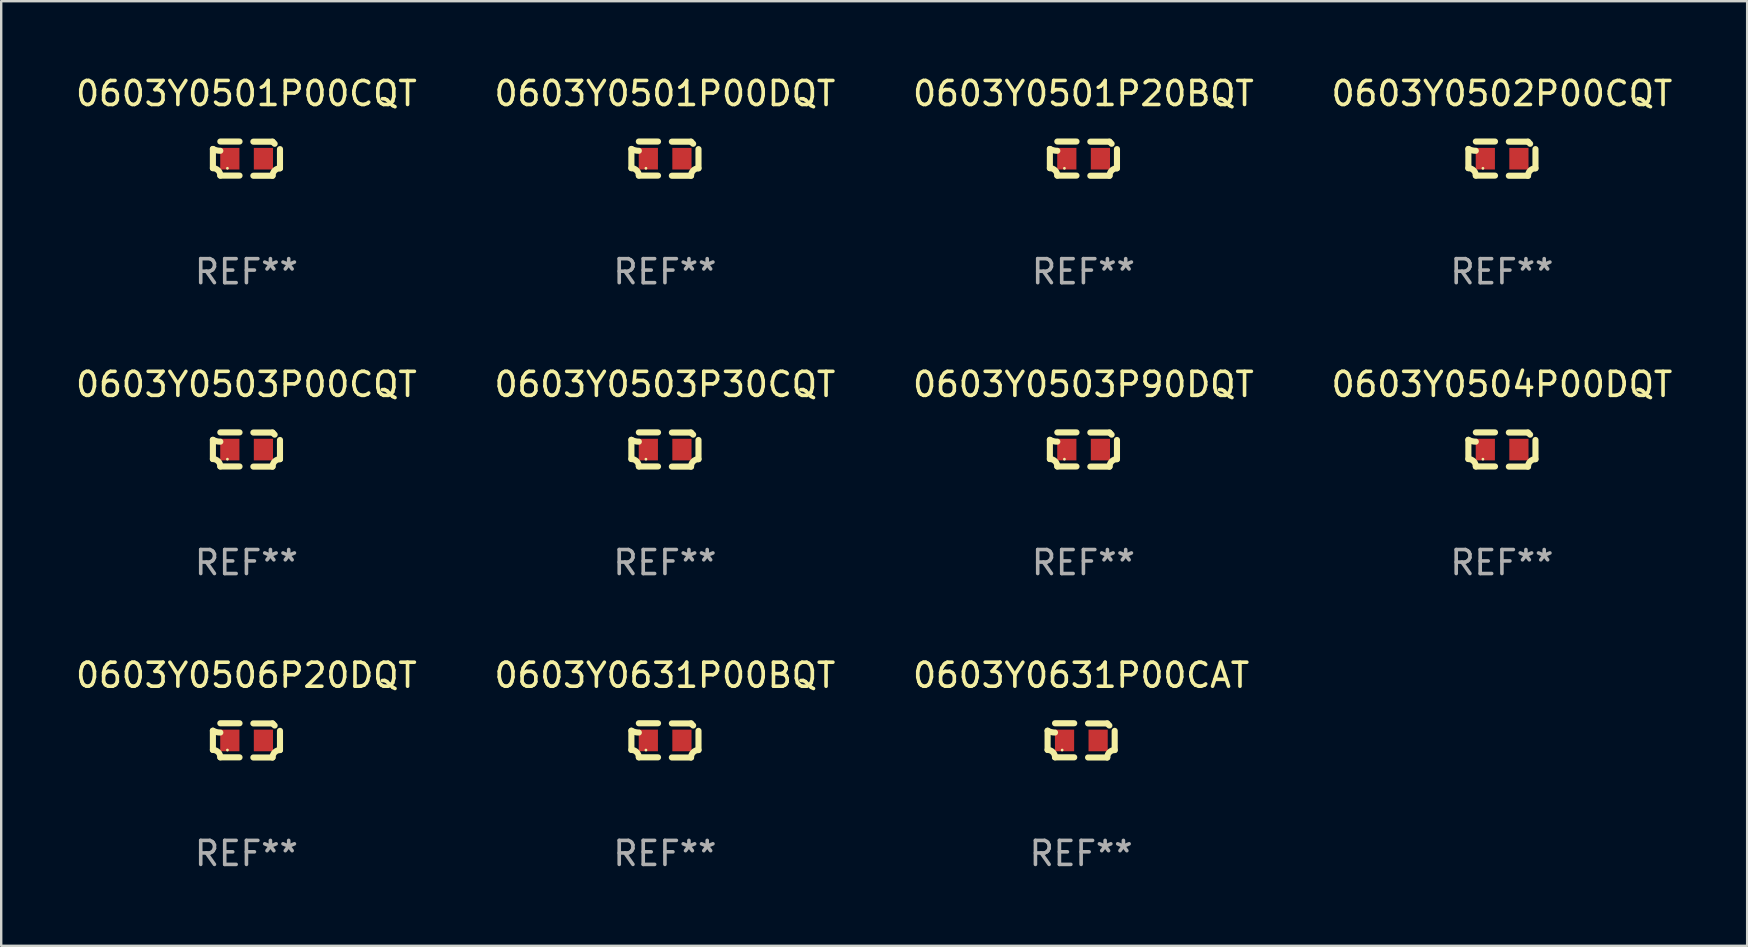
<source format=kicad_pcb>
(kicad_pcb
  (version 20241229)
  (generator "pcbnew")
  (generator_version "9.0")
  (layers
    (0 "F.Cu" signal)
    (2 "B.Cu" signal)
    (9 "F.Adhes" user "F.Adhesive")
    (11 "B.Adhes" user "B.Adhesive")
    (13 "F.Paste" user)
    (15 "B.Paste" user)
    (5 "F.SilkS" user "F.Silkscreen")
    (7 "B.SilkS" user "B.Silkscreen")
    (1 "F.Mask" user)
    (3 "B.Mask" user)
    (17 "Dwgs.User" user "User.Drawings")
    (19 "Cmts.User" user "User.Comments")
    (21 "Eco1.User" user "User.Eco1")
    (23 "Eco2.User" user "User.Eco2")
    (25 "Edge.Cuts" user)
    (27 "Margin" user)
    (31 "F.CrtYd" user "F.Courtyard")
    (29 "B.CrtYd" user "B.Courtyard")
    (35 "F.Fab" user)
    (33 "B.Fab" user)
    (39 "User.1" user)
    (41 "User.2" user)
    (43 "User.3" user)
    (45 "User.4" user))
  (footprint "0603Y0631P00BQT"
    (layer "F.Cu")
    (at 24.661 27.805)
    (property "Reference" "0603Y0631P00BQT" (at 0 -2.713 0) (layer "F.SilkS") (effects (font (size 1 1) (thickness 0.15))))
    (attr through_hole)
    (fp_line (start -1.398 -0.403) (end -1.398 0.397) (stroke (width 0.254) (type solid)) (layer "F.SilkS"))
    (fp_line (start -0.288 -0.713) (end -1.088 -0.713) (stroke (width 0.254) (type solid)) (layer "F.SilkS"))
    (fp_line (start -0.288 0.707) (end -1.088 0.707) (stroke (width 0.254) (type solid)) (layer "F.SilkS"))
    (fp_line (start 0.288 -0.707) (end 1.088 -0.707) (stroke (width 0.254) (type solid)) (layer "F.SilkS"))
    (fp_line (start 0.288 0.713) (end 1.088 0.713) (stroke (width 0.254) (type solid)) (layer "F.SilkS"))
    (fp_line (start 1.398 -0.397) (end 1.398 0.403) (stroke (width 0.254) (type solid)) (layer "F.SilkS"))
    (fp_arc (start -1.397789 0.397066) (mid -1.178701 0.487826) (end -1.08796 0.706922) (stroke (width 0.254001) (type solid)) (layer "F.SilkS"))
    (fp_arc (start -1.08796 -0.327176) (mid -1.247436 -0.346384) (end -1.39779 -0.402908) (stroke (width 0.254001) (type solid)) (layer "F.SilkS"))
    (fp_arc (start 1.087909 0.712738) (mid 1.178656 0.493655) (end 1.397739 0.402908) (stroke (width 0.254001) (type solid)) (layer "F.SilkS"))
    (fp_arc (start 1.175925 -0.618926) (mid 1.131917 -0.662923) (end 1.08791 -0.706922) (stroke (width 0.254001) (type solid)) (layer "F.SilkS"))
    (fp_circle (center -0.792 0.403) (end -0.762 0.403) (stroke (width 0.06) (type solid)) (fill no) (layer "F.SilkS"))
    (fp_text user "REF**" (at 0 4.713 0) (layer "F.Fab") (effects (font (size 1 1) (thickness 0.15))))
    (pad "1" smd rect (at -0.692 0.003) (size 0.8 0.9) (layers "F.Cu" "F.Mask" "F.Paste"))
    (pad "2" smd rect (at 0.708 0.003) (size 0.8 0.9) (layers "F.Cu" "F.Mask" "F.Paste")))
  (footprint "0603Y0506P20DQT"
    (layer "F.Cu")
    (at 7.22 27.805)
    (property "Reference" "0603Y0506P20DQT" (at 0 -2.713 0) (layer "F.SilkS") (effects (font (size 1 1) (thickness 0.15))))
    (attr through_hole)
    (fp_line (start -1.398 -0.403) (end -1.398 0.397) (stroke (width 0.254) (type solid)) (layer "F.SilkS"))
    (fp_line (start -0.288 -0.713) (end -1.088 -0.713) (stroke (width 0.254) (type solid)) (layer "F.SilkS"))
    (fp_line (start -0.288 0.707) (end -1.088 0.707) (stroke (width 0.254) (type solid)) (layer "F.SilkS"))
    (fp_line (start 0.288 -0.707) (end 1.088 -0.707) (stroke (width 0.254) (type solid)) (layer "F.SilkS"))
    (fp_line (start 0.288 0.713) (end 1.088 0.713) (stroke (width 0.254) (type solid)) (layer "F.SilkS"))
    (fp_line (start 1.398 -0.397) (end 1.398 0.403) (stroke (width 0.254) (type solid)) (layer "F.SilkS"))
    (fp_arc (start -1.397789 0.397066) (mid -1.178701 0.487826) (end -1.08796 0.706922) (stroke (width 0.254001) (type solid)) (layer "F.SilkS"))
    (fp_arc (start -1.08796 -0.327176) (mid -1.247436 -0.346384) (end -1.39779 -0.402908) (stroke (width 0.254001) (type solid)) (layer "F.SilkS"))
    (fp_arc (start 1.087909 0.712738) (mid 1.178656 0.493655) (end 1.397739 0.402908) (stroke (width 0.254001) (type solid)) (layer "F.SilkS"))
    (fp_arc (start 1.175925 -0.618926) (mid 1.131917 -0.662923) (end 1.08791 -0.706922) (stroke (width 0.254001) (type solid)) (layer "F.SilkS"))
    (fp_circle (center -0.792 0.403) (end -0.762 0.403) (stroke (width 0.06) (type solid)) (fill no) (layer "F.SilkS"))
    (fp_text user "REF**" (at 0 4.713 0) (layer "F.Fab") (effects (font (size 1 1) (thickness 0.15))))
    (pad "1" smd rect (at -0.692 0.003) (size 0.8 0.9) (layers "F.Cu" "F.Mask" "F.Paste"))
    (pad "2" smd rect (at 0.708 0.003) (size 0.8 0.9) (layers "F.Cu" "F.Mask" "F.Paste")))
  (footprint "0603Y0503P00CQT"
    (layer "F.Cu")
    (at 7.22 15.683)
    (property "Reference" "0603Y0503P00CQT" (at 0 -2.713 0) (layer "F.SilkS") (effects (font (size 1 1) (thickness 0.15))))
    (attr through_hole)
    (fp_line (start -1.398 -0.403) (end -1.398 0.397) (stroke (width 0.254) (type solid)) (layer "F.SilkS"))
    (fp_line (start -0.288 -0.713) (end -1.088 -0.713) (stroke (width 0.254) (type solid)) (layer "F.SilkS"))
    (fp_line (start -0.288 0.707) (end -1.088 0.707) (stroke (width 0.254) (type solid)) (layer "F.SilkS"))
    (fp_line (start 0.288 -0.707) (end 1.088 -0.707) (stroke (width 0.254) (type solid)) (layer "F.SilkS"))
    (fp_line (start 0.288 0.713) (end 1.088 0.713) (stroke (width 0.254) (type solid)) (layer "F.SilkS"))
    (fp_line (start 1.398 -0.397) (end 1.398 0.403) (stroke (width 0.254) (type solid)) (layer "F.SilkS"))
    (fp_arc (start -1.397789 0.397066) (mid -1.178701 0.487826) (end -1.08796 0.706922) (stroke (width 0.254001) (type solid)) (layer "F.SilkS"))
    (fp_arc (start -1.08796 -0.327176) (mid -1.247436 -0.346384) (end -1.39779 -0.402908) (stroke (width 0.254001) (type solid)) (layer "F.SilkS"))
    (fp_arc (start 1.087909 0.712738) (mid 1.178656 0.493655) (end 1.397739 0.402908) (stroke (width 0.254001) (type solid)) (layer "F.SilkS"))
    (fp_arc (start 1.175925 -0.618926) (mid 1.131917 -0.662923) (end 1.08791 -0.706922) (stroke (width 0.254001) (type solid)) (layer "F.SilkS"))
    (fp_circle (center -0.792 0.403) (end -0.762 0.403) (stroke (width 0.06) (type solid)) (fill no) (layer "F.SilkS"))
    (fp_text user "REF**" (at 0 4.713 0) (layer "F.Fab") (effects (font (size 1 1) (thickness 0.15))))
    (pad "1" smd rect (at -0.692 0.003) (size 0.8 0.9) (layers "F.Cu" "F.Mask" "F.Paste"))
    (pad "2" smd rect (at 0.708 0.003) (size 0.8 0.9) (layers "F.Cu" "F.Mask" "F.Paste")))
  (footprint "0603Y0501P00CQT"
    (layer "F.Cu")
    (at 7.22 3.561)
    (property "Reference" "0603Y0501P00CQT" (at 0 -2.713 0) (layer "F.SilkS") (effects (font (size 1 1) (thickness 0.15))))
    (attr through_hole)
    (fp_line (start -1.398 -0.403) (end -1.398 0.397) (stroke (width 0.254) (type solid)) (layer "F.SilkS"))
    (fp_line (start -0.288 -0.713) (end -1.088 -0.713) (stroke (width 0.254) (type solid)) (layer "F.SilkS"))
    (fp_line (start -0.288 0.707) (end -1.088 0.707) (stroke (width 0.254) (type solid)) (layer "F.SilkS"))
    (fp_line (start 0.288 -0.707) (end 1.088 -0.707) (stroke (width 0.254) (type solid)) (layer "F.SilkS"))
    (fp_line (start 0.288 0.713) (end 1.088 0.713) (stroke (width 0.254) (type solid)) (layer "F.SilkS"))
    (fp_line (start 1.398 -0.397) (end 1.398 0.403) (stroke (width 0.254) (type solid)) (layer "F.SilkS"))
    (fp_arc (start -1.397789 0.397066) (mid -1.178701 0.487826) (end -1.08796 0.706922) (stroke (width 0.254001) (type solid)) (layer "F.SilkS"))
    (fp_arc (start -1.08796 -0.327176) (mid -1.247436 -0.346384) (end -1.39779 -0.402908) (stroke (width 0.254001) (type solid)) (layer "F.SilkS"))
    (fp_arc (start 1.087909 0.712738) (mid 1.178656 0.493655) (end 1.397739 0.402908) (stroke (width 0.254001) (type solid)) (layer "F.SilkS"))
    (fp_arc (start 1.175925 -0.618926) (mid 1.131917 -0.662923) (end 1.08791 -0.706922) (stroke (width 0.254001) (type solid)) (layer "F.SilkS"))
    (fp_circle (center -0.792 0.403) (end -0.762 0.403) (stroke (width 0.06) (type solid)) (fill no) (layer "F.SilkS"))
    (fp_text user "REF**" (at 0 4.713 0) (layer "F.Fab") (effects (font (size 1 1) (thickness 0.15))))
    (pad "1" smd rect (at -0.692 0.003) (size 0.8 0.9) (layers "F.Cu" "F.Mask" "F.Paste"))
    (pad "2" smd rect (at 0.708 0.003) (size 0.8 0.9) (layers "F.Cu" "F.Mask" "F.Paste")))
  (footprint "0603Y0501P00DQT"
    (layer "F.Cu")
    (at 24.661 3.561)
    (property "Reference" "0603Y0501P00DQT" (at 0 -2.713 0) (layer "F.SilkS") (effects (font (size 1 1) (thickness 0.15))))
    (attr through_hole)
    (fp_line (start -1.398 -0.403) (end -1.398 0.397) (stroke (width 0.254) (type solid)) (layer "F.SilkS"))
    (fp_line (start -0.288 -0.713) (end -1.088 -0.713) (stroke (width 0.254) (type solid)) (layer "F.SilkS"))
    (fp_line (start -0.288 0.707) (end -1.088 0.707) (stroke (width 0.254) (type solid)) (layer "F.SilkS"))
    (fp_line (start 0.288 -0.707) (end 1.088 -0.707) (stroke (width 0.254) (type solid)) (layer "F.SilkS"))
    (fp_line (start 0.288 0.713) (end 1.088 0.713) (stroke (width 0.254) (type solid)) (layer "F.SilkS"))
    (fp_line (start 1.398 -0.397) (end 1.398 0.403) (stroke (width 0.254) (type solid)) (layer "F.SilkS"))
    (fp_arc (start -1.397789 0.397066) (mid -1.178701 0.487826) (end -1.08796 0.706922) (stroke (width 0.254001) (type solid)) (layer "F.SilkS"))
    (fp_arc (start -1.08796 -0.327176) (mid -1.247436 -0.346384) (end -1.39779 -0.402908) (stroke (width 0.254001) (type solid)) (layer "F.SilkS"))
    (fp_arc (start 1.087909 0.712738) (mid 1.178656 0.493655) (end 1.397739 0.402908) (stroke (width 0.254001) (type solid)) (layer "F.SilkS"))
    (fp_arc (start 1.175925 -0.618926) (mid 1.131917 -0.662923) (end 1.08791 -0.706922) (stroke (width 0.254001) (type solid)) (layer "F.SilkS"))
    (fp_circle (center -0.792 0.403) (end -0.762 0.403) (stroke (width 0.06) (type solid)) (fill no) (layer "F.SilkS"))
    (fp_text user "REF**" (at 0 4.713 0) (layer "F.Fab") (effects (font (size 1 1) (thickness 0.15))))
    (pad "1" smd rect (at -0.692 0.003) (size 0.8 0.9) (layers "F.Cu" "F.Mask" "F.Paste"))
    (pad "2" smd rect (at 0.708 0.003) (size 0.8 0.9) (layers "F.Cu" "F.Mask" "F.Paste")))
  (footprint "0603Y0631P00CAT"
    (layer "F.Cu")
    (at 42.006 27.805)
    (property "Reference" "0603Y0631P00CAT" (at 0 -2.713 0) (layer "F.SilkS") (effects (font (size 1 1) (thickness 0.15))))
    (attr through_hole)
    (fp_line (start -1.398 -0.403) (end -1.398 0.397) (stroke (width 0.254) (type solid)) (layer "F.SilkS"))
    (fp_line (start -0.288 -0.713) (end -1.088 -0.713) (stroke (width 0.254) (type solid)) (layer "F.SilkS"))
    (fp_line (start -0.288 0.707) (end -1.088 0.707) (stroke (width 0.254) (type solid)) (layer "F.SilkS"))
    (fp_line (start 0.288 -0.707) (end 1.088 -0.707) (stroke (width 0.254) (type solid)) (layer "F.SilkS"))
    (fp_line (start 0.288 0.713) (end 1.088 0.713) (stroke (width 0.254) (type solid)) (layer "F.SilkS"))
    (fp_line (start 1.398 -0.397) (end 1.398 0.403) (stroke (width 0.254) (type solid)) (layer "F.SilkS"))
    (fp_arc (start -1.397789 0.397066) (mid -1.178701 0.487826) (end -1.08796 0.706922) (stroke (width 0.254001) (type solid)) (layer "F.SilkS"))
    (fp_arc (start -1.08796 -0.327176) (mid -1.247436 -0.346384) (end -1.39779 -0.402908) (stroke (width 0.254001) (type solid)) (layer "F.SilkS"))
    (fp_arc (start 1.087909 0.712738) (mid 1.178656 0.493655) (end 1.397739 0.402908) (stroke (width 0.254001) (type solid)) (layer "F.SilkS"))
    (fp_arc (start 1.175925 -0.618926) (mid 1.131917 -0.662923) (end 1.08791 -0.706922) (stroke (width 0.254001) (type solid)) (layer "F.SilkS"))
    (fp_circle (center -0.792 0.403) (end -0.762 0.403) (stroke (width 0.06) (type solid)) (fill no) (layer "F.SilkS"))
    (fp_text user "REF**" (at 0 4.713 0) (layer "F.Fab") (effects (font (size 1 1) (thickness 0.15))))
    (pad "1" smd rect (at -0.692 0.003) (size 0.8 0.9) (layers "F.Cu" "F.Mask" "F.Paste"))
    (pad "2" smd rect (at 0.708 0.003) (size 0.8 0.9) (layers "F.Cu" "F.Mask" "F.Paste")))
  (footprint "0603Y0503P30CQT"
    (layer "F.Cu")
    (at 24.661 15.683)
    (property "Reference" "0603Y0503P30CQT" (at 0 -2.713 0) (layer "F.SilkS") (effects (font (size 1 1) (thickness 0.15))))
    (attr through_hole)
    (fp_line (start -1.398 -0.403) (end -1.398 0.397) (stroke (width 0.254) (type solid)) (layer "F.SilkS"))
    (fp_line (start -0.288 -0.713) (end -1.088 -0.713) (stroke (width 0.254) (type solid)) (layer "F.SilkS"))
    (fp_line (start -0.288 0.707) (end -1.088 0.707) (stroke (width 0.254) (type solid)) (layer "F.SilkS"))
    (fp_line (start 0.288 -0.707) (end 1.088 -0.707) (stroke (width 0.254) (type solid)) (layer "F.SilkS"))
    (fp_line (start 0.288 0.713) (end 1.088 0.713) (stroke (width 0.254) (type solid)) (layer "F.SilkS"))
    (fp_line (start 1.398 -0.397) (end 1.398 0.403) (stroke (width 0.254) (type solid)) (layer "F.SilkS"))
    (fp_arc (start -1.397789 0.397066) (mid -1.178701 0.487826) (end -1.08796 0.706922) (stroke (width 0.254001) (type solid)) (layer "F.SilkS"))
    (fp_arc (start -1.08796 -0.327176) (mid -1.247436 -0.346384) (end -1.39779 -0.402908) (stroke (width 0.254001) (type solid)) (layer "F.SilkS"))
    (fp_arc (start 1.087909 0.712738) (mid 1.178656 0.493655) (end 1.397739 0.402908) (stroke (width 0.254001) (type solid)) (layer "F.SilkS"))
    (fp_arc (start 1.175925 -0.618926) (mid 1.131917 -0.662923) (end 1.08791 -0.706922) (stroke (width 0.254001) (type solid)) (layer "F.SilkS"))
    (fp_circle (center -0.792 0.403) (end -0.762 0.403) (stroke (width 0.06) (type solid)) (fill no) (layer "F.SilkS"))
    (fp_text user "REF**" (at 0 4.713 0) (layer "F.Fab") (effects (font (size 1 1) (thickness 0.15))))
    (pad "1" smd rect (at -0.692 0.003) (size 0.8 0.9) (layers "F.Cu" "F.Mask" "F.Paste"))
    (pad "2" smd rect (at 0.708 0.003) (size 0.8 0.9) (layers "F.Cu" "F.Mask" "F.Paste")))
  (footprint "0603Y0502P00CQT"
    (layer "F.Cu")
    (at 59.542 3.561)
    (property "Reference" "0603Y0502P00CQT" (at 0 -2.713 0) (layer "F.SilkS") (effects (font (size 1 1) (thickness 0.15))))
    (attr through_hole)
    (fp_line (start -1.398 -0.403) (end -1.398 0.397) (stroke (width 0.254) (type solid)) (layer "F.SilkS"))
    (fp_line (start -0.288 -0.713) (end -1.088 -0.713) (stroke (width 0.254) (type solid)) (layer "F.SilkS"))
    (fp_line (start -0.288 0.707) (end -1.088 0.707) (stroke (width 0.254) (type solid)) (layer "F.SilkS"))
    (fp_line (start 0.288 -0.707) (end 1.088 -0.707) (stroke (width 0.254) (type solid)) (layer "F.SilkS"))
    (fp_line (start 0.288 0.713) (end 1.088 0.713) (stroke (width 0.254) (type solid)) (layer "F.SilkS"))
    (fp_line (start 1.398 -0.397) (end 1.398 0.403) (stroke (width 0.254) (type solid)) (layer "F.SilkS"))
    (fp_arc (start -1.397789 0.397066) (mid -1.178701 0.487826) (end -1.08796 0.706922) (stroke (width 0.254001) (type solid)) (layer "F.SilkS"))
    (fp_arc (start -1.08796 -0.327176) (mid -1.247436 -0.346384) (end -1.39779 -0.402908) (stroke (width 0.254001) (type solid)) (layer "F.SilkS"))
    (fp_arc (start 1.087909 0.712738) (mid 1.178656 0.493655) (end 1.397739 0.402908) (stroke (width 0.254001) (type solid)) (layer "F.SilkS"))
    (fp_arc (start 1.175925 -0.618926) (mid 1.131917 -0.662923) (end 1.08791 -0.706922) (stroke (width 0.254001) (type solid)) (layer "F.SilkS"))
    (fp_circle (center -0.792 0.403) (end -0.762 0.403) (stroke (width 0.06) (type solid)) (fill no) (layer "F.SilkS"))
    (fp_text user "REF**" (at 0 4.713 0) (layer "F.Fab") (effects (font (size 1 1) (thickness 0.15))))
    (pad "1" smd rect (at -0.692 0.003) (size 0.8 0.9) (layers "F.Cu" "F.Mask" "F.Paste"))
    (pad "2" smd rect (at 0.708 0.003) (size 0.8 0.9) (layers "F.Cu" "F.Mask" "F.Paste")))
  (footprint "0603Y0501P20BQT"
    (layer "F.Cu")
    (at 42.101 3.561)
    (property "Reference" "0603Y0501P20BQT" (at 0 -2.713 0) (layer "F.SilkS") (effects (font (size 1 1) (thickness 0.15))))
    (attr through_hole)
    (fp_line (start -1.398 -0.403) (end -1.398 0.397) (stroke (width 0.254) (type solid)) (layer "F.SilkS"))
    (fp_line (start -0.288 -0.713) (end -1.088 -0.713) (stroke (width 0.254) (type solid)) (layer "F.SilkS"))
    (fp_line (start -0.288 0.707) (end -1.088 0.707) (stroke (width 0.254) (type solid)) (layer "F.SilkS"))
    (fp_line (start 0.288 -0.707) (end 1.088 -0.707) (stroke (width 0.254) (type solid)) (layer "F.SilkS"))
    (fp_line (start 0.288 0.713) (end 1.088 0.713) (stroke (width 0.254) (type solid)) (layer "F.SilkS"))
    (fp_line (start 1.398 -0.397) (end 1.398 0.403) (stroke (width 0.254) (type solid)) (layer "F.SilkS"))
    (fp_arc (start -1.397789 0.397066) (mid -1.178701 0.487826) (end -1.08796 0.706922) (stroke (width 0.254001) (type solid)) (layer "F.SilkS"))
    (fp_arc (start -1.08796 -0.327176) (mid -1.247436 -0.346384) (end -1.39779 -0.402908) (stroke (width 0.254001) (type solid)) (layer "F.SilkS"))
    (fp_arc (start 1.087909 0.712738) (mid 1.178656 0.493655) (end 1.397739 0.402908) (stroke (width 0.254001) (type solid)) (layer "F.SilkS"))
    (fp_arc (start 1.175925 -0.618926) (mid 1.131917 -0.662923) (end 1.08791 -0.706922) (stroke (width 0.254001) (type solid)) (layer "F.SilkS"))
    (fp_circle (center -0.792 0.403) (end -0.762 0.403) (stroke (width 0.06) (type solid)) (fill no) (layer "F.SilkS"))
    (fp_text user "REF**" (at 0 4.713 0) (layer "F.Fab") (effects (font (size 1 1) (thickness 0.15))))
    (pad "1" smd rect (at -0.692 0.003) (size 0.8 0.9) (layers "F.Cu" "F.Mask" "F.Paste"))
    (pad "2" smd rect (at 0.708 0.003) (size 0.8 0.9) (layers "F.Cu" "F.Mask" "F.Paste")))
  (footprint "0603Y0503P90DQT"
    (layer "F.Cu")
    (at 42.101 15.683)
    (property "Reference" "0603Y0503P90DQT" (at 0 -2.713 0) (layer "F.SilkS") (effects (font (size 1 1) (thickness 0.15))))
    (attr through_hole)
    (fp_line (start -1.398 -0.403) (end -1.398 0.397) (stroke (width 0.254) (type solid)) (layer "F.SilkS"))
    (fp_line (start -0.288 -0.713) (end -1.088 -0.713) (stroke (width 0.254) (type solid)) (layer "F.SilkS"))
    (fp_line (start -0.288 0.707) (end -1.088 0.707) (stroke (width 0.254) (type solid)) (layer "F.SilkS"))
    (fp_line (start 0.288 -0.707) (end 1.088 -0.707) (stroke (width 0.254) (type solid)) (layer "F.SilkS"))
    (fp_line (start 0.288 0.713) (end 1.088 0.713) (stroke (width 0.254) (type solid)) (layer "F.SilkS"))
    (fp_line (start 1.398 -0.397) (end 1.398 0.403) (stroke (width 0.254) (type solid)) (layer "F.SilkS"))
    (fp_arc (start -1.397789 0.397066) (mid -1.178701 0.487826) (end -1.08796 0.706922) (stroke (width 0.254001) (type solid)) (layer "F.SilkS"))
    (fp_arc (start -1.08796 -0.327176) (mid -1.247436 -0.346384) (end -1.39779 -0.402908) (stroke (width 0.254001) (type solid)) (layer "F.SilkS"))
    (fp_arc (start 1.087909 0.712738) (mid 1.178656 0.493655) (end 1.397739 0.402908) (stroke (width 0.254001) (type solid)) (layer "F.SilkS"))
    (fp_arc (start 1.175925 -0.618926) (mid 1.131917 -0.662923) (end 1.08791 -0.706922) (stroke (width 0.254001) (type solid)) (layer "F.SilkS"))
    (fp_circle (center -0.792 0.403) (end -0.762 0.403) (stroke (width 0.06) (type solid)) (fill no) (layer "F.SilkS"))
    (fp_text user "REF**" (at 0 4.713 0) (layer "F.Fab") (effects (font (size 1 1) (thickness 0.15))))
    (pad "1" smd rect (at -0.692 0.003) (size 0.8 0.9) (layers "F.Cu" "F.Mask" "F.Paste"))
    (pad "2" smd rect (at 0.708 0.003) (size 0.8 0.9) (layers "F.Cu" "F.Mask" "F.Paste")))
  (footprint "0603Y0504P00DQT"
    (layer "F.Cu")
    (at 59.542 15.683)
    (property "Reference" "0603Y0504P00DQT" (at 0 -2.713 0) (layer "F.SilkS") (effects (font (size 1 1) (thickness 0.15))))
    (attr through_hole)
    (fp_line (start -1.398 -0.403) (end -1.398 0.397) (stroke (width 0.254) (type solid)) (layer "F.SilkS"))
    (fp_line (start -0.288 -0.713) (end -1.088 -0.713) (stroke (width 0.254) (type solid)) (layer "F.SilkS"))
    (fp_line (start -0.288 0.707) (end -1.088 0.707) (stroke (width 0.254) (type solid)) (layer "F.SilkS"))
    (fp_line (start 0.288 -0.707) (end 1.088 -0.707) (stroke (width 0.254) (type solid)) (layer "F.SilkS"))
    (fp_line (start 0.288 0.713) (end 1.088 0.713) (stroke (width 0.254) (type solid)) (layer "F.SilkS"))
    (fp_line (start 1.398 -0.397) (end 1.398 0.403) (stroke (width 0.254) (type solid)) (layer "F.SilkS"))
    (fp_arc (start -1.397789 0.397066) (mid -1.178701 0.487826) (end -1.08796 0.706922) (stroke (width 0.254001) (type solid)) (layer "F.SilkS"))
    (fp_arc (start -1.08796 -0.327176) (mid -1.247436 -0.346384) (end -1.39779 -0.402908) (stroke (width 0.254001) (type solid)) (layer "F.SilkS"))
    (fp_arc (start 1.087909 0.712738) (mid 1.178656 0.493655) (end 1.397739 0.402908) (stroke (width 0.254001) (type solid)) (layer "F.SilkS"))
    (fp_arc (start 1.175925 -0.618926) (mid 1.131917 -0.662923) (end 1.08791 -0.706922) (stroke (width 0.254001) (type solid)) (layer "F.SilkS"))
    (fp_circle (center -0.792 0.403) (end -0.762 0.403) (stroke (width 0.06) (type solid)) (fill no) (layer "F.SilkS"))
    (fp_text user "REF**" (at 0 4.713 0) (layer "F.Fab") (effects (font (size 1 1) (thickness 0.15))))
    (pad "1" smd rect (at -0.692 0.003) (size 0.8 0.9) (layers "F.Cu" "F.Mask" "F.Paste"))
    (pad "2" smd rect (at 0.708 0.003) (size 0.8 0.9) (layers "F.Cu" "F.Mask" "F.Paste")))
  (gr_rect
    (start -3 -3)
    (end 69.762 36.366)
    (stroke (width 0.1) (type default))
    (fill no)
    (layer "Edge.Cuts")))
</source>
